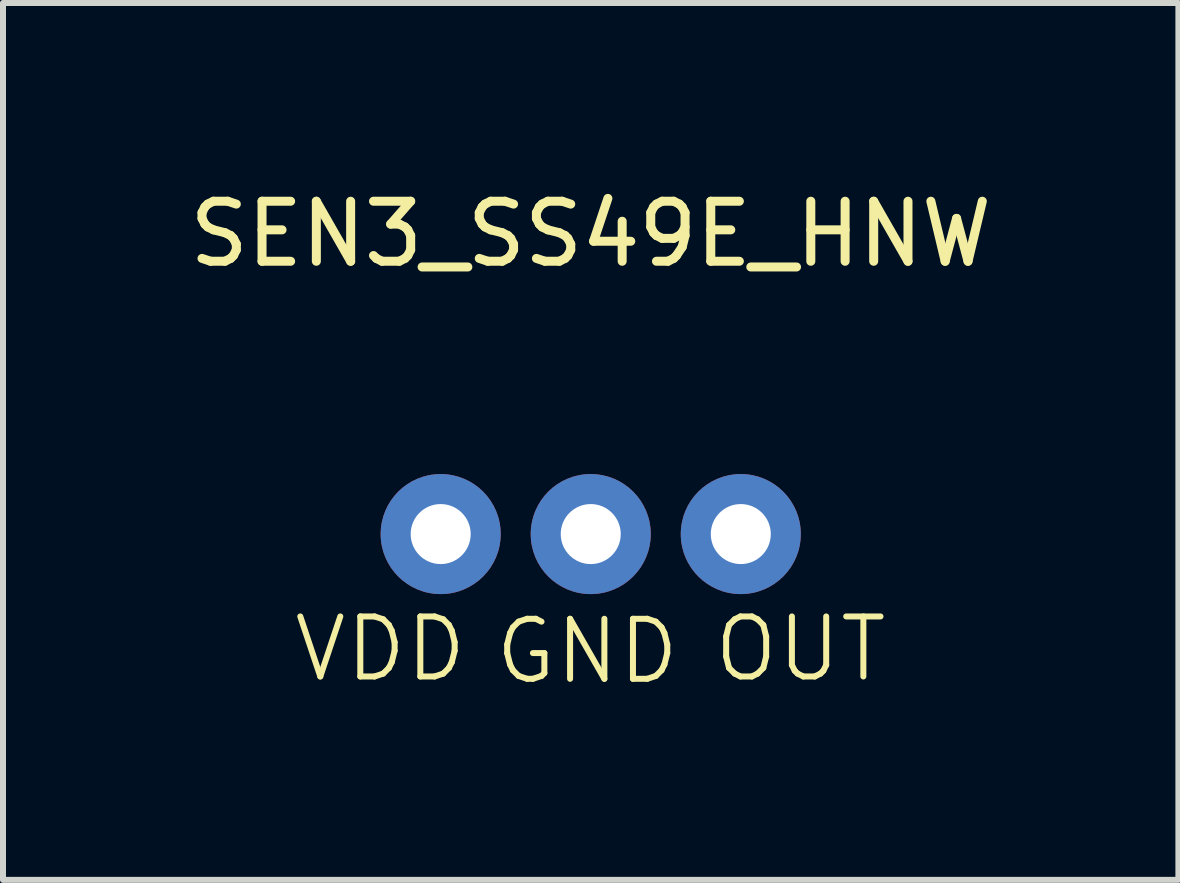
<source format=kicad_pcb>
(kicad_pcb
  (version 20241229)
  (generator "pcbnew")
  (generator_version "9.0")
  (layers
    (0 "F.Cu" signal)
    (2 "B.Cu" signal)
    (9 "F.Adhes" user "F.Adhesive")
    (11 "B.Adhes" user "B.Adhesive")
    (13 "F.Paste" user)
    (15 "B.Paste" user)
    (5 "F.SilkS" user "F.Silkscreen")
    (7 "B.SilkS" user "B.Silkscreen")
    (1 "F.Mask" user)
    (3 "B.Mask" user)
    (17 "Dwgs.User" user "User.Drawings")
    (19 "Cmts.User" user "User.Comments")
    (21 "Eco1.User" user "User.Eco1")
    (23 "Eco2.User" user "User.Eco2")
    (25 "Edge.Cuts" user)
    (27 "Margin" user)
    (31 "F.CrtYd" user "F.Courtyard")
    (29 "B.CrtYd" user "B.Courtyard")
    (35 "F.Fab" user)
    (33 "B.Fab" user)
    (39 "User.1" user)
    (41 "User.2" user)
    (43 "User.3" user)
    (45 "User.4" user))
  (footprint "SEN3_SS49E_HNW"
    (layer "F.Cu")
    (at 6.792 5.848)
    (property "Reference" "SEN3_SS49E_HNW" (at 0 -5 0) (unlocked yes) (layer "F.SilkS") (effects (font (size 1 1) (thickness 0.15))))
    (attr through_hole)
    (fp_text user "VDD" (at -5 2.5 0) (unlocked yes) (layer "F.SilkS") (effects (font (size 1 1) (thickness 0.1)) (justify left bottom)))
    (fp_text user "GND" (at -1.648 2.539 0) (unlocked yes) (layer "F.SilkS") (effects (font (size 1 1) (thickness 0.1)) (justify left bottom)))
    (fp_text user "OUT" (at 2 2.5 0) (unlocked yes) (layer "F.SilkS") (effects (font (size 1 1) (thickness 0.1)) (justify left bottom)))
    (pad "1" thru_hole circle (at -2.5 0) (size 2 2) (drill 1) (layers "*.Cu" "*.Mask"))
    (pad "2" thru_hole circle (at 0 0) (size 2 2) (drill 1) (layers "*.Cu" "*.Mask"))
    (pad "3" thru_hole circle (at 2.5 0) (size 2 2) (drill 1) (layers "*.Cu" "*.Mask")))
  (gr_rect
    (start -3 -3)
    (end 16.583 11.609)
    (stroke (width 0.1) (type default))
    (fill no)
    (layer "Edge.Cuts")))
</source>
